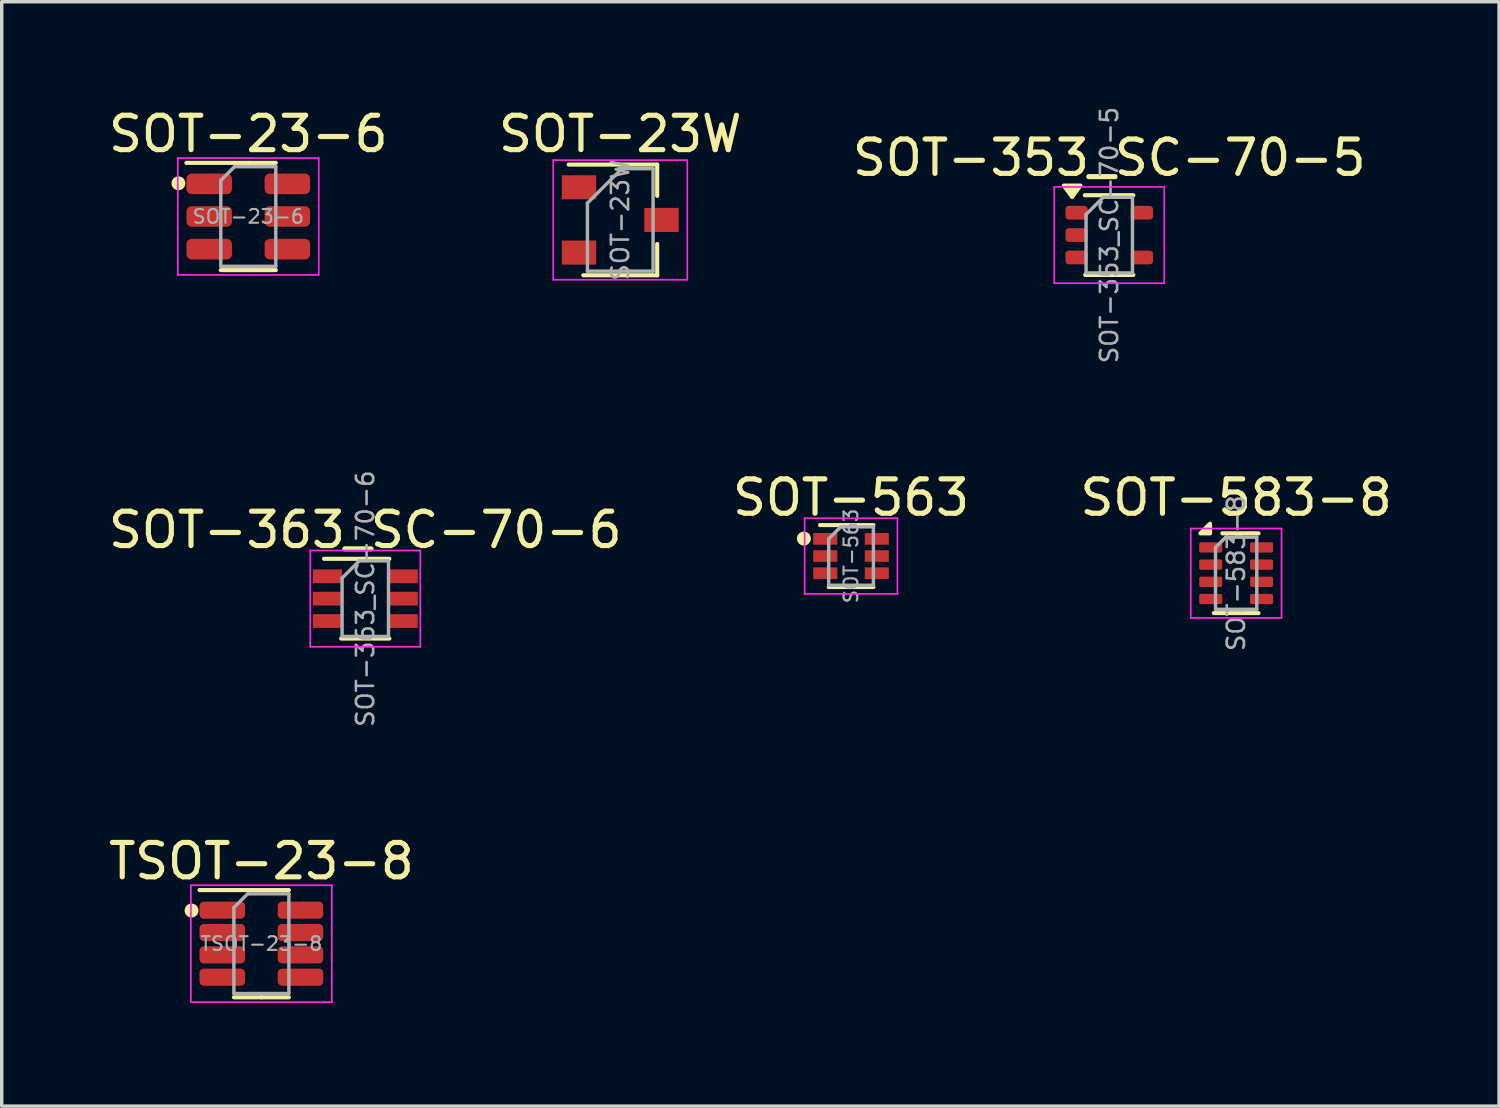
<source format=kicad_pcb>
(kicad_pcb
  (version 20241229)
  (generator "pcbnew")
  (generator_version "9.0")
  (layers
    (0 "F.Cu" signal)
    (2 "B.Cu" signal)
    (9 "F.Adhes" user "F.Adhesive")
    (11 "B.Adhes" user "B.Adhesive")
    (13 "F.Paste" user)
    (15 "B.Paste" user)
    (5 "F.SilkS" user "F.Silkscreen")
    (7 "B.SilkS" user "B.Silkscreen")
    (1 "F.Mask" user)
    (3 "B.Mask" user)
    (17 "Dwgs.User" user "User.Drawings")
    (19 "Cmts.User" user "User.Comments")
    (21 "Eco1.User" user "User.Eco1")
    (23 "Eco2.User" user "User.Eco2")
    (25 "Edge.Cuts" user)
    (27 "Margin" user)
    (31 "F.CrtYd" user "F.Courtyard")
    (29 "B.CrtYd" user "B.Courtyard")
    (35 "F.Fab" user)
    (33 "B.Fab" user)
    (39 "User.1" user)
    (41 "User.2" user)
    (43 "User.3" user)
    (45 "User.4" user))
  (footprint "SOT-583-8"
    (layer "F.Cu")
    (at 32.911 13.626)
    (property "Reference" "SOT-583-8" (at 0 -2.2 0) (unlocked yes) (layer "F.SilkS") (effects (font (size 1 1) (thickness 0.15))))
    (attr smd)
    (fp_line (start 0.65 -1.16) (end -0.4 -1.16) (stroke (width 0.12) (type default)) (layer "F.SilkS"))
    (fp_line (start 0.65 1.16) (end -0.65 1.16) (stroke (width 0.12) (type default)) (layer "F.SilkS"))
    (fp_poly (pts (xy -0.76 -1.16) (xy -1.04 -1.16) (xy -0.76 -1.44) (xy -0.76 -1.16)) (stroke (width 0.12) (type solid)) (fill yes) (layer "F.SilkS"))
    (fp_line (start -1.32 -1.3) (end 1.32 -1.3) (stroke (width 0.05) (type default)) (layer "F.CrtYd"))
    (fp_line (start -1.32 1.3) (end -1.32 -1.3) (stroke (width 0.05) (type default)) (layer "F.CrtYd"))
    (fp_line (start 1.32 -1.3) (end 1.32 1.3) (stroke (width 0.05) (type default)) (layer "F.CrtYd"))
    (fp_line (start 1.32 1.3) (end -1.32 1.3) (stroke (width 0.05) (type default)) (layer "F.CrtYd"))
    (fp_line (start -0.6 -0.75) (end -0.6 1.05) (stroke (width 0.1) (type default)) (layer "F.Fab"))
    (fp_line (start -0.6 1.05) (end 0.6 1.05) (stroke (width 0.1) (type default)) (layer "F.Fab"))
    (fp_line (start -0.3 -1.05) (end -0.6 -0.75) (stroke (width 0.1) (type default)) (layer "F.Fab"))
    (fp_line (start 0.6 -1.05) (end -0.3 -1.05) (stroke (width 0.1) (type default)) (layer "F.Fab"))
    (fp_line (start 0.6 -1.05) (end 0.6 1.05) (stroke (width 0.1) (type default)) (layer "F.Fab"))
    (fp_text user "${REFERENCE}" (at 0 0 90) (unlocked yes) (layer "F.Fab") (effects (font (size 0.5 0.5) (thickness 0.075))))
    (pad "1" smd roundrect (at -0.74 -0.75) (size 0.67 0.3) (layers "F.Cu" "F.Mask" "F.Paste") (roundrect_rratio 0.167))
    (pad "2" smd roundrect (at -0.74 -0.25) (size 0.67 0.3) (layers "F.Cu" "F.Mask" "F.Paste") (roundrect_rratio 0.167))
    (pad "3" smd roundrect (at -0.74 0.25) (size 0.67 0.3) (layers "F.Cu" "F.Mask" "F.Paste") (roundrect_rratio 0.167))
    (pad "4" smd roundrect (at -0.74 0.75) (size 0.67 0.3) (layers "F.Cu" "F.Mask" "F.Paste") (roundrect_rratio 0.167))
    (pad "5" smd roundrect (at 0.74 0.75) (size 0.67 0.3) (layers "F.Cu" "F.Mask" "F.Paste") (roundrect_rratio 0.167))
    (pad "6" smd roundrect (at 0.74 0.25) (size 0.67 0.3) (layers "F.Cu" "F.Mask" "F.Paste") (roundrect_rratio 0.167))
    (pad "7" smd roundrect (at 0.74 -0.25) (size 0.67 0.3) (layers "F.Cu" "F.Mask" "F.Paste") (roundrect_rratio 0.167))
    (pad "8" smd roundrect (at 0.74 -0.75) (size 0.67 0.3) (layers "F.Cu" "F.Mask" "F.Paste") (roundrect_rratio 0.167)))
  (footprint "SOT-363_SC-70-6"
    (layer "F.Cu")
    (at 7.577 14.366)
    (property "Reference" "SOT-363_SC-70-6" (at 0 -2 0) (layer "F.SilkS") (effects (font (size 1 1) (thickness 0.15))))
    (attr smd)
    (fp_line (start -0.7 1.16) (end 0.7 1.16) (stroke (width 0.12) (type solid)) (layer "F.SilkS"))
    (fp_line (start 0.7 -1.16) (end -1.2 -1.16) (stroke (width 0.12) (type solid)) (layer "F.SilkS"))
    (fp_line (start -1.6 -1.4) (end -1.6 1.4) (stroke (width 0.05) (type solid)) (layer "F.CrtYd"))
    (fp_line (start -1.6 -1.4) (end 1.6 -1.4) (stroke (width 0.05) (type solid)) (layer "F.CrtYd"))
    (fp_line (start -1.6 1.4) (end 1.6 1.4) (stroke (width 0.05) (type solid)) (layer "F.CrtYd"))
    (fp_line (start 1.6 1.4) (end 1.6 -1.4) (stroke (width 0.05) (type solid)) (layer "F.CrtYd"))
    (fp_line (start -0.675 -0.6) (end -0.675 1.1) (stroke (width 0.1) (type solid)) (layer "F.Fab"))
    (fp_line (start -0.175 -1.1) (end -0.675 -0.6) (stroke (width 0.1) (type solid)) (layer "F.Fab"))
    (fp_line (start 0.675 -1.1) (end -0.175 -1.1) (stroke (width 0.1) (type solid)) (layer "F.Fab"))
    (fp_line (start 0.675 -1.1) (end 0.675 1.1) (stroke (width 0.1) (type solid)) (layer "F.Fab"))
    (fp_line (start 0.675 1.1) (end -0.675 1.1) (stroke (width 0.1) (type solid)) (layer "F.Fab"))
    (fp_text user "${REFERENCE}" (at 0 0 90) (layer "F.Fab") (effects (font (size 0.5 0.5) (thickness 0.075))))
    (pad "1" smd rect (at -1.1 -0.65) (size 0.85 0.4) (layers "F.Cu" "F.Mask" "F.Paste"))
    (pad "2" smd rect (at -1.1 0) (size 0.85 0.4) (layers "F.Cu" "F.Mask" "F.Paste"))
    (pad "3" smd rect (at -1.1 0.65) (size 0.85 0.4) (layers "F.Cu" "F.Mask" "F.Paste"))
    (pad "4" smd rect (at 1.1 0.65) (size 0.85 0.4) (layers "F.Cu" "F.Mask" "F.Paste"))
    (pad "5" smd rect (at 1.1 0) (size 0.85 0.4) (layers "F.Cu" "F.Mask" "F.Paste"))
    (pad "6" smd rect (at 1.1 -0.65) (size 0.85 0.4) (layers "F.Cu" "F.Mask" "F.Paste")))
  (footprint "SOT-563"
    (layer "F.Cu")
    (at 21.708 13.126)
    (property "Reference" "SOT-563" (at 0 -1.7 0) (layer "F.SilkS") (effects (font (size 1 1) (thickness 0.15))))
    (attr smd)
    (fp_line (start -0.9 -0.9) (end 0.65 -0.9) (stroke (width 0.12) (type solid)) (layer "F.SilkS"))
    (fp_line (start 0.65 0.9) (end -0.65 0.9) (stroke (width 0.12) (type solid)) (layer "F.SilkS"))
    (fp_circle (center -1.372 -0.508) (end -1.219 -0.508) (stroke (width 0.1) (type solid)) (fill yes) (layer "F.SilkS"))
    (fp_line (start -1.35 -1.1) (end -1.35 1.1) (stroke (width 0.05) (type solid)) (layer "F.CrtYd"))
    (fp_line (start -1.35 -1.1) (end 1.35 -1.1) (stroke (width 0.05) (type solid)) (layer "F.CrtYd"))
    (fp_line (start 1.35 1.1) (end -1.35 1.1) (stroke (width 0.05) (type solid)) (layer "F.CrtYd"))
    (fp_line (start 1.35 1.1) (end 1.35 -1.1) (stroke (width 0.05) (type solid)) (layer "F.CrtYd"))
    (fp_line (start -0.65 -0.5) (end -0.65 0.85) (stroke (width 0.1) (type solid)) (layer "F.Fab"))
    (fp_line (start -0.65 -0.5) (end -0.3 -0.85) (stroke (width 0.1) (type solid)) (layer "F.Fab"))
    (fp_line (start -0.65 0.85) (end 0.65 0.85) (stroke (width 0.1) (type solid)) (layer "F.Fab"))
    (fp_line (start 0.65 -0.85) (end -0.3 -0.85) (stroke (width 0.1) (type solid)) (layer "F.Fab"))
    (fp_line (start 0.65 0.85) (end 0.65 -0.85) (stroke (width 0.1) (type solid)) (layer "F.Fab"))
    (fp_text user "${REFERENCE}" (at 0 0 90) (layer "F.Fab") (effects (font (size 0.4 0.4) (thickness 0.062))))
    (pad "1" smd rect (at -0.75 -0.5) (size 0.7 0.34) (layers "F.Cu" "F.Mask" "F.Paste"))
    (pad "2" smd rect (at -0.75 0) (size 0.7 0.34) (layers "F.Cu" "F.Mask" "F.Paste"))
    (pad "3" smd rect (at -0.75 0.5) (size 0.7 0.34) (layers "F.Cu" "F.Mask" "F.Paste"))
    (pad "4" smd rect (at 0.75 0.5) (size 0.7 0.34) (layers "F.Cu" "F.Mask" "F.Paste"))
    (pad "5" smd rect (at 0.75 0) (size 0.7 0.34) (layers "F.Cu" "F.Mask" "F.Paste"))
    (pad "6" smd rect (at 0.75 -0.5) (size 0.7 0.34) (layers "F.Cu" "F.Mask" "F.Paste")))
  (footprint "SOT-23W"
    (layer "F.Cu")
    (at 14.994 3.348)
    (property "Reference" "SOT-23W" (at 0 -2.5 0) (layer "F.SilkS") (effects (font (size 1 1) (thickness 0.15))))
    (attr smd)
    (fp_line (start -1.5 -1.61) (end 1.075 -1.61) (stroke (width 0.12) (type solid)) (layer "F.SilkS"))
    (fp_line (start -1.075 1.61) (end 1.075 1.61) (stroke (width 0.12) (type solid)) (layer "F.SilkS"))
    (fp_line (start 1.075 -1.61) (end 1.075 -0.7) (stroke (width 0.12) (type solid)) (layer "F.SilkS"))
    (fp_line (start 1.075 0.7) (end 1.075 1.61) (stroke (width 0.12) (type solid)) (layer "F.SilkS"))
    (fp_line (start -1.95 -1.74) (end 1.95 -1.74) (stroke (width 0.05) (type solid)) (layer "F.CrtYd"))
    (fp_line (start -1.95 1.74) (end -1.95 -1.74) (stroke (width 0.05) (type solid)) (layer "F.CrtYd"))
    (fp_line (start 1.95 -1.74) (end 1.95 1.74) (stroke (width 0.05) (type solid)) (layer "F.CrtYd"))
    (fp_line (start 1.95 1.74) (end -1.95 1.74) (stroke (width 0.05) (type solid)) (layer "F.CrtYd"))
    (fp_line (start -0.955 -0.49) (end -0.955 1.49) (stroke (width 0.1) (type solid)) (layer "F.Fab"))
    (fp_line (start -0.955 -0.49) (end 0.045 -1.49) (stroke (width 0.1) (type solid)) (layer "F.Fab"))
    (fp_line (start -0.955 1.49) (end 0.955 1.49) (stroke (width 0.1) (type solid)) (layer "F.Fab"))
    (fp_line (start 0.045 -1.49) (end 0.955 -1.49) (stroke (width 0.1) (type solid)) (layer "F.Fab"))
    (fp_line (start 0.955 -1.49) (end 0.955 1.49) (stroke (width 0.1) (type solid)) (layer "F.Fab"))
    (fp_text user "${REFERENCE}" (at 0 0 90) (layer "F.Fab") (effects (font (size 0.5 0.5) (thickness 0.075))))
    (pad "1" smd rect (at -1.2 -0.95) (size 1 0.7) (layers "F.Cu" "F.Mask" "F.Paste"))
    (pad "2" smd rect (at -1.2 0.95) (size 1 0.7) (layers "F.Cu" "F.Mask" "F.Paste"))
    (pad "3" smd rect (at 1.2 0) (size 1 0.7) (layers "F.Cu" "F.Mask" "F.Paste")))
  (footprint "SOT-23-6"
    (layer "F.Cu")
    (at 4.173 3.248)
    (property "Reference" "SOT-23-6" (at 0 -2.4 0) (layer "F.SilkS") (effects (font (size 1 1) (thickness 0.15))))
    (attr smd)
    (fp_line (start 0 -1.56) (end -1.8 -1.56) (stroke (width 0.12) (type solid)) (layer "F.SilkS"))
    (fp_line (start 0 -1.56) (end 0.8 -1.56) (stroke (width 0.12) (type solid)) (layer "F.SilkS"))
    (fp_line (start 0 1.56) (end -0.8 1.56) (stroke (width 0.12) (type solid)) (layer "F.SilkS"))
    (fp_line (start 0 1.56) (end 0.8 1.56) (stroke (width 0.12) (type solid)) (layer "F.SilkS"))
    (fp_circle (center -2.032 -0.965) (end -1.88 -0.965) (stroke (width 0.1) (type solid)) (fill yes) (layer "F.SilkS"))
    (fp_line (start -2.05 -1.7) (end -2.05 1.7) (stroke (width 0.05) (type solid)) (layer "F.CrtYd"))
    (fp_line (start -2.05 1.7) (end 2.05 1.7) (stroke (width 0.05) (type solid)) (layer "F.CrtYd"))
    (fp_line (start 2.05 -1.7) (end -2.05 -1.7) (stroke (width 0.05) (type solid)) (layer "F.CrtYd"))
    (fp_line (start 2.05 1.7) (end 2.05 -1.7) (stroke (width 0.05) (type solid)) (layer "F.CrtYd"))
    (fp_line (start -0.8 -1.05) (end -0.4 -1.45) (stroke (width 0.1) (type solid)) (layer "F.Fab"))
    (fp_line (start -0.8 1.45) (end -0.8 -1.05) (stroke (width 0.1) (type solid)) (layer "F.Fab"))
    (fp_line (start -0.4 -1.45) (end 0.8 -1.45) (stroke (width 0.1) (type solid)) (layer "F.Fab"))
    (fp_line (start 0.8 -1.45) (end 0.8 1.45) (stroke (width 0.1) (type solid)) (layer "F.Fab"))
    (fp_line (start 0.8 1.45) (end -0.8 1.45) (stroke (width 0.1) (type solid)) (layer "F.Fab"))
    (fp_text user "${REFERENCE}" (at 0 0 0) (layer "F.Fab") (effects (font (size 0.4 0.4) (thickness 0.06))))
    (pad "1" smd roundrect (at -1.137 -0.95) (size 1.325 0.6) (layers "F.Cu" "F.Mask" "F.Paste") (roundrect_rratio 0.25))
    (pad "2" smd roundrect (at -1.137 0) (size 1.325 0.6) (layers "F.Cu" "F.Mask" "F.Paste") (roundrect_rratio 0.25))
    (pad "3" smd roundrect (at -1.137 0.95) (size 1.325 0.6) (layers "F.Cu" "F.Mask" "F.Paste") (roundrect_rratio 0.25))
    (pad "4" smd roundrect (at 1.137 0.95) (size 1.325 0.6) (layers "F.Cu" "F.Mask" "F.Paste") (roundrect_rratio 0.25))
    (pad "5" smd roundrect (at 1.137 0) (size 1.325 0.6) (layers "F.Cu" "F.Mask" "F.Paste") (roundrect_rratio 0.25))
    (pad "6" smd roundrect (at 1.137 -0.95) (size 1.325 0.6) (layers "F.Cu" "F.Mask" "F.Paste") (roundrect_rratio 0.25)))
  (footprint "TSOT-23-8"
    (layer "F.Cu")
    (at 4.554 24.403)
    (property "Reference" "TSOT-23-8" (at 0 -2.4 0) (layer "F.SilkS") (effects (font (size 1 1) (thickness 0.15))))
    (attr smd)
    (fp_line (start 0 -1.56) (end -1.8 -1.56) (stroke (width 0.12) (type solid)) (layer "F.SilkS"))
    (fp_line (start 0 -1.56) (end 0.8 -1.56) (stroke (width 0.12) (type solid)) (layer "F.SilkS"))
    (fp_line (start 0 1.56) (end -0.8 1.56) (stroke (width 0.12) (type solid)) (layer "F.SilkS"))
    (fp_line (start 0 1.56) (end 0.8 1.56) (stroke (width 0.12) (type solid)) (layer "F.SilkS"))
    (fp_circle (center -2.032 -0.965) (end -1.88 -0.965) (stroke (width 0.1) (type solid)) (fill yes) (layer "F.SilkS"))
    (fp_line (start -2.05 -1.7) (end -2.05 1.7) (stroke (width 0.05) (type solid)) (layer "F.CrtYd"))
    (fp_line (start -2.05 1.7) (end 2.05 1.7) (stroke (width 0.05) (type solid)) (layer "F.CrtYd"))
    (fp_line (start 2.05 -1.7) (end -2.05 -1.7) (stroke (width 0.05) (type solid)) (layer "F.CrtYd"))
    (fp_line (start 2.05 1.7) (end 2.05 -1.7) (stroke (width 0.05) (type solid)) (layer "F.CrtYd"))
    (fp_line (start -0.8 -1.05) (end -0.4 -1.45) (stroke (width 0.1) (type solid)) (layer "F.Fab"))
    (fp_line (start -0.8 1.45) (end -0.8 -1.05) (stroke (width 0.1) (type solid)) (layer "F.Fab"))
    (fp_line (start -0.4 -1.45) (end 0.8 -1.45) (stroke (width 0.1) (type solid)) (layer "F.Fab"))
    (fp_line (start 0.8 -1.45) (end 0.8 1.45) (stroke (width 0.1) (type solid)) (layer "F.Fab"))
    (fp_line (start 0.8 1.45) (end -0.8 1.45) (stroke (width 0.1) (type solid)) (layer "F.Fab"))
    (fp_text user "${REFERENCE}" (at 0 0 0) (layer "F.Fab") (effects (font (size 0.4 0.4) (thickness 0.06))))
    (pad "1" smd roundrect (at -1.137 -0.975) (size 1.325 0.5) (layers "F.Cu" "F.Mask" "F.Paste") (roundrect_rratio 0.25))
    (pad "2" smd roundrect (at -1.137 -0.325) (size 1.325 0.5) (layers "F.Cu" "F.Mask" "F.Paste") (roundrect_rratio 0.25))
    (pad "3" smd roundrect (at -1.137 0.325) (size 1.325 0.5) (layers "F.Cu" "F.Mask" "F.Paste") (roundrect_rratio 0.25))
    (pad "4" smd roundrect (at -1.137 0.975) (size 1.325 0.5) (layers "F.Cu" "F.Mask" "F.Paste") (roundrect_rratio 0.25))
    (pad "5" smd roundrect (at 1.137 0.975) (size 1.325 0.5) (layers "F.Cu" "F.Mask" "F.Paste") (roundrect_rratio 0.25))
    (pad "6" smd roundrect (at 1.137 0.325) (size 1.325 0.5) (layers "F.Cu" "F.Mask" "F.Paste") (roundrect_rratio 0.25))
    (pad "7" smd roundrect (at 1.137 -0.325) (size 1.325 0.5) (layers "F.Cu" "F.Mask" "F.Paste") (roundrect_rratio 0.25))
    (pad "8" smd roundrect (at 1.137 -0.975) (size 1.325 0.5) (layers "F.Cu" "F.Mask" "F.Paste") (roundrect_rratio 0.25)))
  (footprint "SOT-353_SC-70-5"
    (layer "F.Cu")
    (at 29.22 3.789)
    (property "Reference" "SOT-353_SC-70-5" (at 0 -2.25 0) (layer "F.SilkS") (effects (font (size 1 1) (thickness 0.15))))
    (attr smd)
    (fp_line (start -0.71 -1.16) (end 0.7 -1.16) (stroke (width 0.12) (type solid)) (layer "F.SilkS"))
    (fp_line (start -0.7 1.16) (end 0.7 1.16) (stroke (width 0.12) (type solid)) (layer "F.SilkS"))
    (fp_poly (pts (xy -1.08 -1.11) (xy -1.32 -1.44) (xy -0.84 -1.44) (xy -1.08 -1.11)) (stroke (width 0.12) (type solid)) (fill yes) (layer "F.SilkS"))
    (fp_line (start -1.6 -1.4) (end -1.6 1.4) (stroke (width 0.05) (type solid)) (layer "F.CrtYd"))
    (fp_line (start -1.6 -1.4) (end 1.6 -1.4) (stroke (width 0.05) (type solid)) (layer "F.CrtYd"))
    (fp_line (start -1.6 1.4) (end 1.6 1.4) (stroke (width 0.05) (type solid)) (layer "F.CrtYd"))
    (fp_line (start 1.6 1.4) (end 1.6 -1.4) (stroke (width 0.05) (type solid)) (layer "F.CrtYd"))
    (fp_line (start -0.675 -0.6) (end -0.675 1.1) (stroke (width 0.1) (type solid)) (layer "F.Fab"))
    (fp_line (start -0.175 -1.1) (end -0.675 -0.6) (stroke (width 0.1) (type solid)) (layer "F.Fab"))
    (fp_line (start 0.675 -1.1) (end -0.175 -1.1) (stroke (width 0.1) (type solid)) (layer "F.Fab"))
    (fp_line (start 0.675 -1.1) (end 0.675 1.1) (stroke (width 0.1) (type solid)) (layer "F.Fab"))
    (fp_line (start 0.675 1.1) (end -0.675 1.1) (stroke (width 0.1) (type solid)) (layer "F.Fab"))
    (fp_text user "${REFERENCE}" (at 0 0 90) (layer "F.Fab") (effects (font (size 0.5 0.5) (thickness 0.075))))
    (pad "1" smd roundrect (at -0.95 -0.65) (size 0.65 0.4) (layers "F.Cu" "F.Mask" "F.Paste") (roundrect_rratio 0.25))
    (pad "2" smd roundrect (at -0.95 0) (size 0.65 0.4) (layers "F.Cu" "F.Mask" "F.Paste") (roundrect_rratio 0.25))
    (pad "3" smd roundrect (at -0.95 0.65) (size 0.65 0.4) (layers "F.Cu" "F.Mask" "F.Paste") (roundrect_rratio 0.25))
    (pad "4" smd roundrect (at 0.95 0.65) (size 0.65 0.4) (layers "F.Cu" "F.Mask" "F.Paste") (roundrect_rratio 0.25))
    (pad "5" smd roundrect (at 0.95 -0.65) (size 0.65 0.4) (layers "F.Cu" "F.Mask" "F.Paste") (roundrect_rratio 0.25)))
  (gr_rect
    (start -3 -3)
    (end 40.56 29.128)
    (stroke (width 0.1) (type default))
    (fill no)
    (layer "Edge.Cuts")))
</source>
